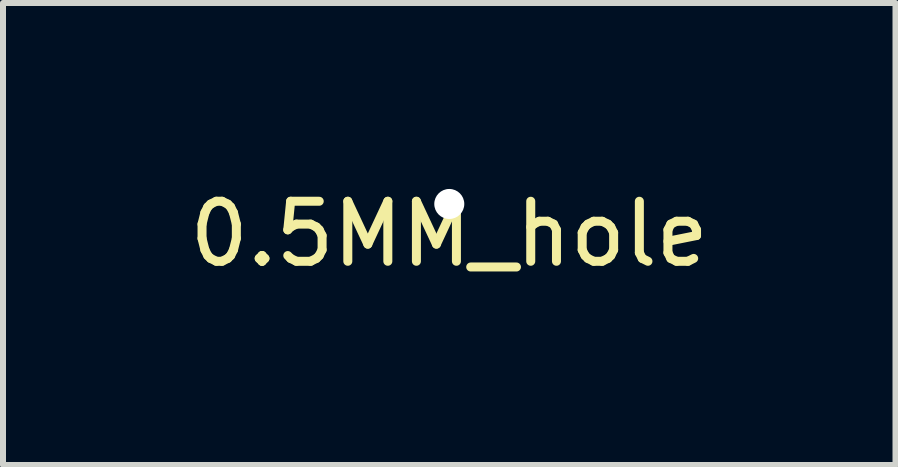
<source format=kicad_pcb>
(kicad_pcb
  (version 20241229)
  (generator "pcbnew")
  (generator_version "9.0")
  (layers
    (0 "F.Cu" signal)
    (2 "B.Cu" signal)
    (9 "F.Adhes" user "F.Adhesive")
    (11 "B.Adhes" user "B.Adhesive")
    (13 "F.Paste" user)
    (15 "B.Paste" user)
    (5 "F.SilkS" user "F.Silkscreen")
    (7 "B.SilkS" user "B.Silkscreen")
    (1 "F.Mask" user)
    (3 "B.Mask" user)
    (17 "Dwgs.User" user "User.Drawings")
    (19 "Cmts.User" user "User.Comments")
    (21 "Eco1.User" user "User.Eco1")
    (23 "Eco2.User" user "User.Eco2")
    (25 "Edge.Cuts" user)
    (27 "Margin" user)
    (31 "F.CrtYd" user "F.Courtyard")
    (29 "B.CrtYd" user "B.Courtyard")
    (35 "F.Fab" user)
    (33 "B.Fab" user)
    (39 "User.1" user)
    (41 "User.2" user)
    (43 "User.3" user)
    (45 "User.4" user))
  (footprint "0.5MM_hole"
    (layer "F.Cu")
    (at 4.435 0.348)
    (property "Reference" "0.5MM_hole" (at 0 0.5 0) (layer "F.SilkS") (effects (font (size 1 1) (thickness 0.15))))
    (attr through_hole)
    (pad "" np_thru_hole circle (at 0 0) (size 0.5 0.5) (drill 0.5) (layers "*.Cu" "*.Mask")))
  (gr_rect
    (start -3 -3)
    (end 11.869 4.697)
    (stroke (width 0.1) (type default))
    (fill no)
    (layer "Edge.Cuts")))
</source>
